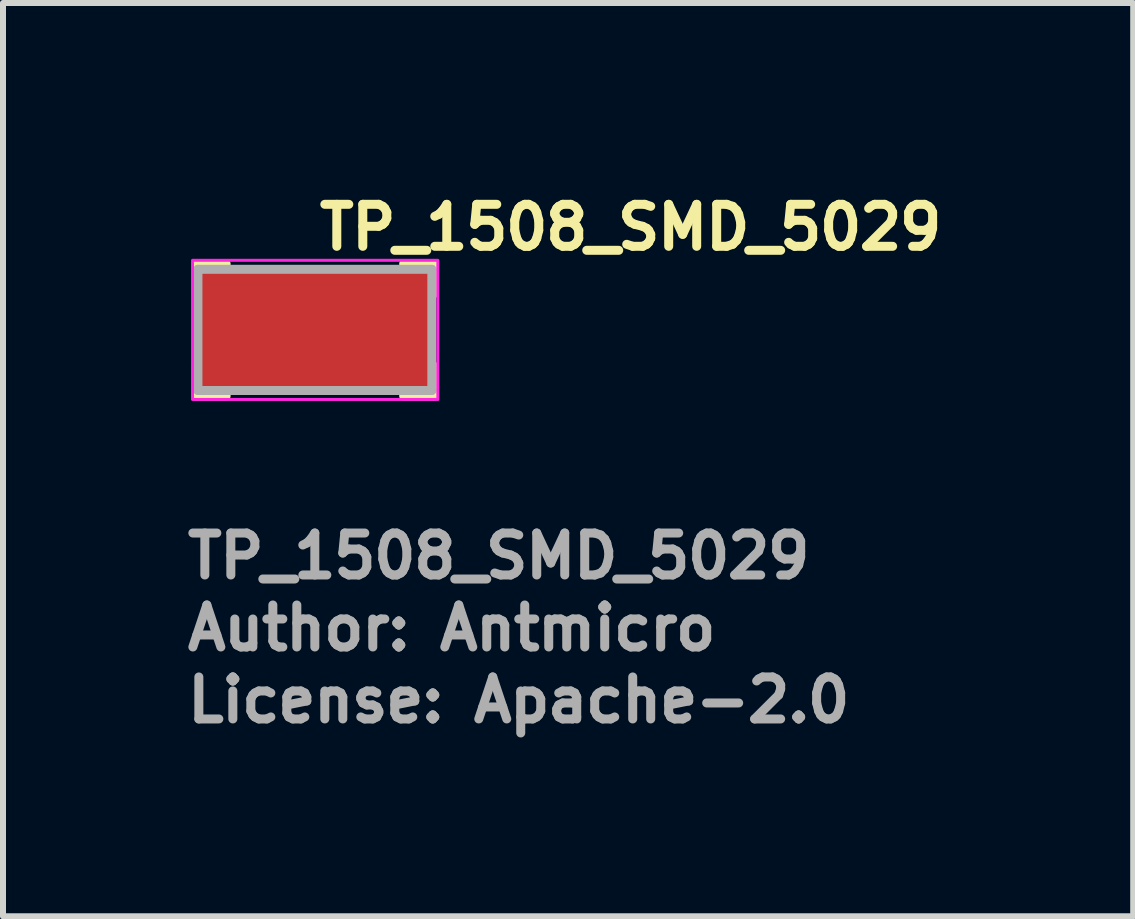
<source format=kicad_pcb>
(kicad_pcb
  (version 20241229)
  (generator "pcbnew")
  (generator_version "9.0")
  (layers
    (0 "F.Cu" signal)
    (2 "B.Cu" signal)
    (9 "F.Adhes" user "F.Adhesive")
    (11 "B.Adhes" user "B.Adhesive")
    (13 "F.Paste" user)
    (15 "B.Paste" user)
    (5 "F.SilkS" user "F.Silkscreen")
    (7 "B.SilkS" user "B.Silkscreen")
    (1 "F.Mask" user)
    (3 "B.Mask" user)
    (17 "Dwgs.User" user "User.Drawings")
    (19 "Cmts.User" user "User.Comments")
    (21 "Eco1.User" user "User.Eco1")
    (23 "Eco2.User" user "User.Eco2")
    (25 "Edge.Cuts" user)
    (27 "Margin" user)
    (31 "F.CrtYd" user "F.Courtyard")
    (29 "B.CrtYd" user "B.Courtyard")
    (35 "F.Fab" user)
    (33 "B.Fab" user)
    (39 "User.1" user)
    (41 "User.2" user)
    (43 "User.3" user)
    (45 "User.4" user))
  (footprint "TP_1508_SMD_5029"
    (layer "F.Cu")
    (at 2.2 2.45)
    (property "Reference" "TP_1508_SMD_5029" (at 0 -1.3 0) (layer "F.SilkS") (effects (font (size 0.7 0.7) (thickness 0.15)) (justify left bottom)))
    (attr smd)
    (fp_line (start -1.98 -1.1) (end -1.98 -0.6) (stroke (width 0.15) (type solid)) (layer "F.SilkS"))
    (fp_line (start -1.98 -1.1) (end -1.48 -1.1) (stroke (width 0.15) (type solid)) (layer "F.SilkS"))
    (fp_line (start -1.98 1.1) (end -1.98 0.6) (stroke (width 0.15) (type solid)) (layer "F.SilkS"))
    (fp_line (start -1.98 1.1) (end -1.48 1.1) (stroke (width 0.15) (type solid)) (layer "F.SilkS"))
    (fp_line (start 1.98 -1.1) (end 1.48 -1.1) (stroke (width 0.15) (type solid)) (layer "F.SilkS"))
    (fp_line (start 1.98 -1.1) (end 1.98 -0.6) (stroke (width 0.15) (type solid)) (layer "F.SilkS"))
    (fp_line (start 1.98 1.1) (end 1.48 1.1) (stroke (width 0.15) (type solid)) (layer "F.SilkS"))
    (fp_line (start 1.98 1.1) (end 1.98 0.6) (stroke (width 0.15) (type solid)) (layer "F.SilkS"))
    (fp_rect (start -2.04 -1.16) (end 2.05 1.16) (stroke (width 0.05) (type solid)) (fill no) (layer "F.CrtYd"))
    (fp_line (start -1.95 -1.01) (end 1.95 -1.01) (stroke (width 0.15) (type solid)) (layer "F.Fab"))
    (fp_line (start -1.95 1.01) (end -1.95 -1.01) (stroke (width 0.15) (type solid)) (layer "F.Fab"))
    (fp_line (start -1.95 1.01) (end 1.95 1.01) (stroke (width 0.15) (type solid)) (layer "F.Fab"))
    (fp_line (start 1.95 1.01) (end 1.95 -1.01) (stroke (width 0.15) (type solid)) (layer "F.Fab"))
    (fp_rect (start -1.905 -1.016) (end 1.905 1.016) (stroke (width 0.1) (type solid)) (fill no) (layer "User.5"))
    (fp_line (start -1.905 0.508) (end -1.905 -0.508) (stroke (width 0.02) (type solid)) (layer "User.9"))
    (fp_line (start -1.905 0.508) (end -1.901 0.508) (stroke (width 0.02) (type solid)) (layer "User.9"))
    (fp_line (start -1.901 0.508) (end -1.901 0.508) (stroke (width 0.02) (type solid)) (layer "User.9"))
    (fp_line (start -1.901 0.508) (end -1.869 0.508) (stroke (width 0.02) (type solid)) (layer "User.9"))
    (fp_line (start -1.889 -0.508) (end -1.905 -0.508) (stroke (width 0.02) (type solid)) (layer "User.9"))
    (fp_line (start -1.889 -0.508) (end -1.889 -0.508) (stroke (width 0.02) (type solid)) (layer "User.9"))
    (fp_line (start -1.869 0.508) (end -1.869 0.508) (stroke (width 0.02) (type solid)) (layer "User.9"))
    (fp_line (start -1.869 0.508) (end -1.807 0.508) (stroke (width 0.02) (type solid)) (layer "User.9"))
    (fp_line (start -1.842 -0.508) (end -1.889 -0.508) (stroke (width 0.02) (type solid)) (layer "User.9"))
    (fp_line (start -1.842 -0.508) (end -1.842 -0.508) (stroke (width 0.02) (type solid)) (layer "User.9"))
    (fp_line (start -1.807 0.508) (end -1.807 0.508) (stroke (width 0.02) (type solid)) (layer "User.9"))
    (fp_line (start -1.807 0.508) (end -1.719 0.508) (stroke (width 0.02) (type solid)) (layer "User.9"))
    (fp_line (start -1.766 -0.508) (end -1.842 -0.508) (stroke (width 0.02) (type solid)) (layer "User.9"))
    (fp_line (start -1.766 -0.508) (end -1.766 -0.508) (stroke (width 0.02) (type solid)) (layer "User.9"))
    (fp_line (start -1.719 -0.508) (end -1.766 -0.508) (stroke (width 0.02) (type solid)) (layer "User.9"))
    (fp_line (start -1.719 -0.508) (end -1.719 -0.508) (stroke (width 0.02) (type solid)) (layer "User.9"))
    (fp_line (start -1.719 0.508) (end -1.719 0.508) (stroke (width 0.02) (type solid)) (layer "User.9"))
    (fp_line (start -1.719 0.508) (end -1.27 0.508) (stroke (width 0.02) (type solid)) (layer "User.9"))
    (fp_line (start -1.27 -0.508) (end -1.719 -0.508) (stroke (width 0.02) (type solid)) (layer "User.9"))
    (fp_line (start -1.27 -0.508) (end -1.27 -1.016) (stroke (width 0.02) (type solid)) (layer "User.9"))
    (fp_line (start -1.27 0.508) (end 1.27 0.508) (stroke (width 0.02) (type solid)) (layer "User.9"))
    (fp_line (start -1.27 1.016) (end -1.27 0.508) (stroke (width 0.02) (type solid)) (layer "User.9"))
    (fp_line (start -0.025 -1.016) (end -1.27 -1.016) (stroke (width 0.02) (type solid)) (layer "User.9"))
    (fp_line (start -0.025 -0.508) (end -0.025 -1.016) (stroke (width 0.02) (type solid)) (layer "User.9"))
    (fp_line (start -0.025 1.016) (end -1.27 1.016) (stroke (width 0.02) (type solid)) (layer "User.9"))
    (fp_line (start -0.025 1.016) (end -0.025 0.508) (stroke (width 0.02) (type solid)) (layer "User.9"))
    (fp_line (start 0.025 -0.508) (end 0.025 -1.016) (stroke (width 0.02) (type solid)) (layer "User.9"))
    (fp_line (start 0.025 1.016) (end 0.025 0.508) (stroke (width 0.02) (type solid)) (layer "User.9"))
    (fp_line (start 1.27 -1.016) (end 0.025 -1.016) (stroke (width 0.02) (type solid)) (layer "User.9"))
    (fp_line (start 1.27 -1.016) (end 1.27 -0.508) (stroke (width 0.02) (type solid)) (layer "User.9"))
    (fp_line (start 1.27 -0.508) (end -1.27 -0.508) (stroke (width 0.02) (type solid)) (layer "User.9"))
    (fp_line (start 1.27 0.508) (end 1.719 0.508) (stroke (width 0.02) (type solid)) (layer "User.9"))
    (fp_line (start 1.27 1.016) (end 0.025 1.016) (stroke (width 0.02) (type solid)) (layer "User.9"))
    (fp_line (start 1.27 1.016) (end 1.27 0.508) (stroke (width 0.02) (type solid)) (layer "User.9"))
    (fp_line (start 1.719 -0.508) (end 1.27 -0.508) (stroke (width 0.02) (type solid)) (layer "User.9"))
    (fp_line (start 1.719 -0.508) (end 1.719 -0.508) (stroke (width 0.02) (type solid)) (layer "User.9"))
    (fp_line (start 1.719 0.508) (end 1.719 0.508) (stroke (width 0.02) (type solid)) (layer "User.9"))
    (fp_line (start 1.719 0.508) (end 1.766 0.508) (stroke (width 0.02) (type solid)) (layer "User.9"))
    (fp_line (start 1.766 0.508) (end 1.766 0.508) (stroke (width 0.02) (type solid)) (layer "User.9"))
    (fp_line (start 1.766 0.508) (end 1.842 0.508) (stroke (width 0.02) (type solid)) (layer "User.9"))
    (fp_line (start 1.807 -0.508) (end 1.719 -0.508) (stroke (width 0.02) (type solid)) (layer "User.9"))
    (fp_line (start 1.807 -0.508) (end 1.807 -0.508) (stroke (width 0.02) (type solid)) (layer "User.9"))
    (fp_line (start 1.842 0.508) (end 1.842 0.508) (stroke (width 0.02) (type solid)) (layer "User.9"))
    (fp_line (start 1.842 0.508) (end 1.889 0.508) (stroke (width 0.02) (type solid)) (layer "User.9"))
    (fp_line (start 1.869 -0.508) (end 1.807 -0.508) (stroke (width 0.02) (type solid)) (layer "User.9"))
    (fp_line (start 1.869 -0.508) (end 1.869 -0.508) (stroke (width 0.02) (type solid)) (layer "User.9"))
    (fp_line (start 1.889 0.508) (end 1.889 0.508) (stroke (width 0.02) (type solid)) (layer "User.9"))
    (fp_line (start 1.889 0.508) (end 1.905 0.508) (stroke (width 0.02) (type solid)) (layer "User.9"))
    (fp_line (start 1.901 -0.508) (end 1.869 -0.508) (stroke (width 0.02) (type solid)) (layer "User.9"))
    (fp_line (start 1.901 -0.508) (end 1.901 -0.508) (stroke (width 0.02) (type solid)) (layer "User.9"))
    (fp_line (start 1.905 -0.508) (end 1.901 -0.508) (stroke (width 0.02) (type solid)) (layer "User.9"))
    (fp_line (start 1.905 0.508) (end 1.905 -0.508) (stroke (width 0.02) (type solid)) (layer "User.9"))
    (fp_text user "License: Apache-2.0" (at -2.2 6.58 0) (layer "F.Fab") (effects (font (size 0.7 0.7) (thickness 0.15)) (justify left bottom)))
    (fp_text user "${REFERENCE}" (at -2.2 4.18 0) (layer "F.Fab") (effects (font (size 0.7 0.7) (thickness 0.15)) (justify left bottom)))
    (fp_text user "Author: Antmicro" (at -2.2 5.38 0) (layer "F.Fab") (effects (font (size 0.7 0.7) (thickness 0.15)) (justify left bottom)))
    (pad "1" smd rect (at 0 0) (size 3.8 2.03) (layers "F.Cu" "F.Mask" "F.Paste")))
  (gr_rect
    (start -3 -3)
    (end 15.843 12.226)
    (stroke (width 0.1) (type default))
    (fill no)
    (layer "Edge.Cuts")))
</source>
